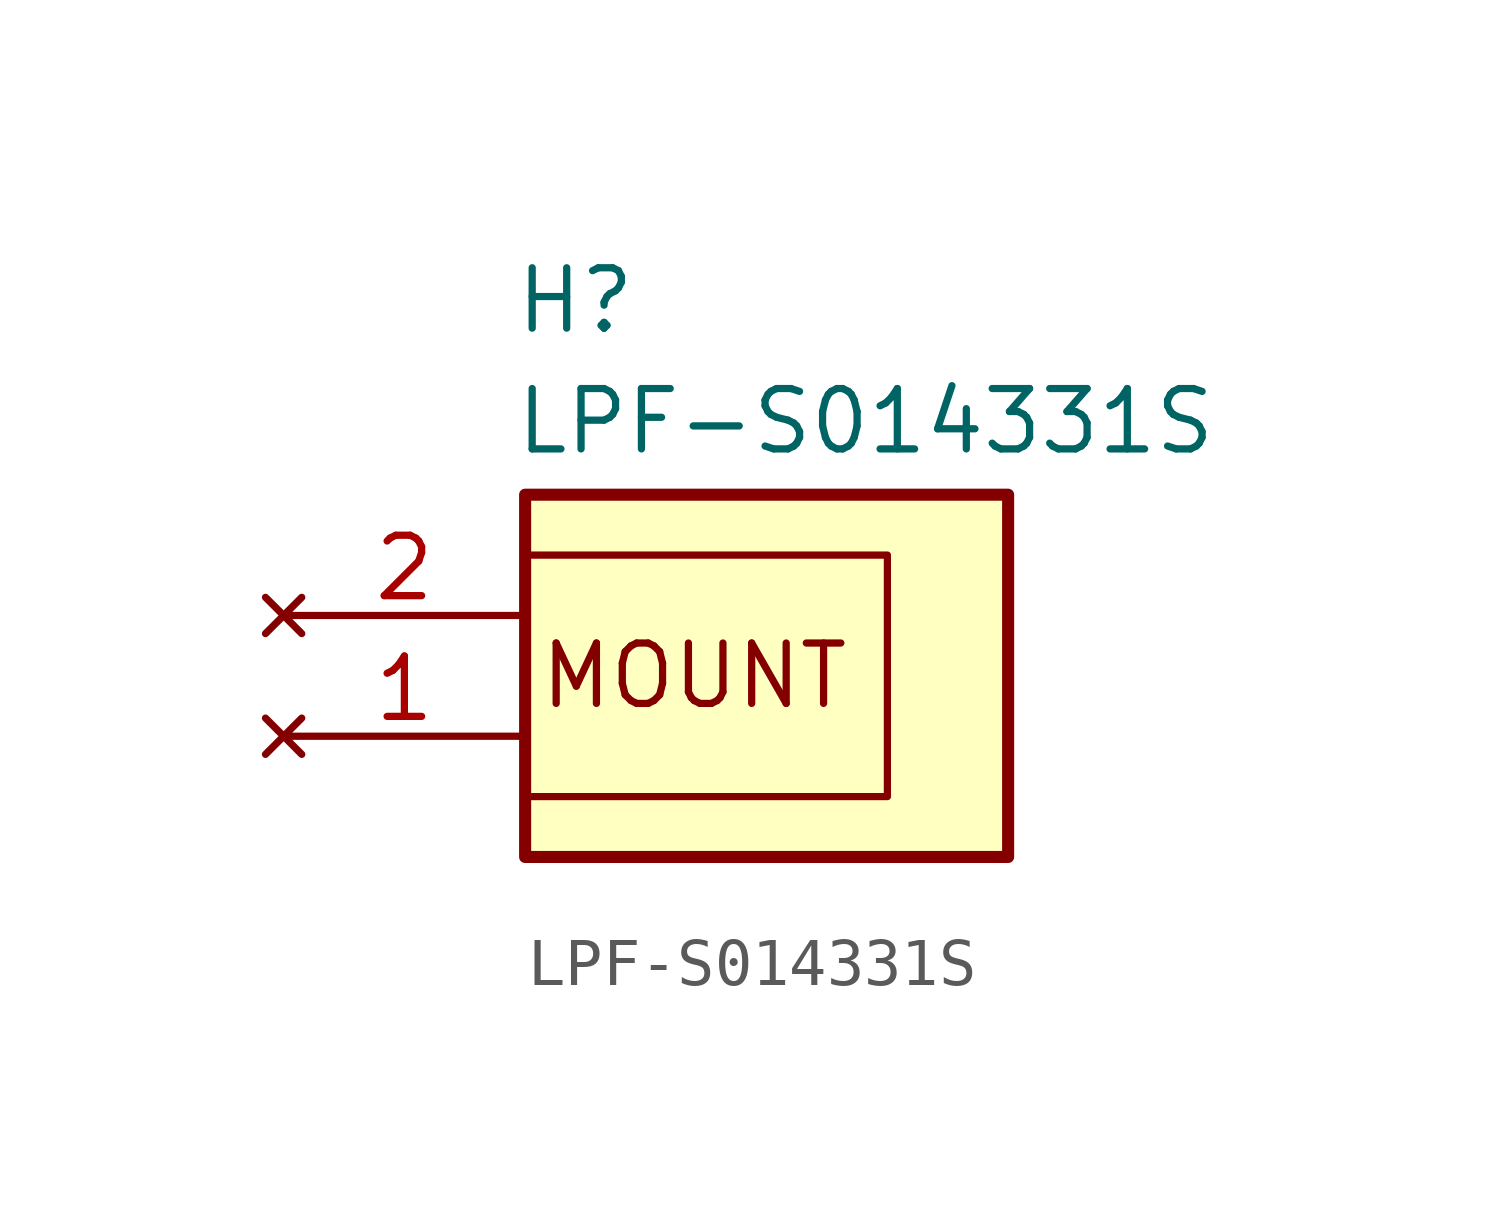
<source format=kicad_sym>
(kicad_symbol_lib
  (version 20231120)
  (generator "kicad_symbol_editor")
  (generator_version "8.0")
  (symbol "LPF-S014331S"
    (property "Reference" "H"
      (at 4.826 7.366 0)
      (effects (font (size 1.27 1.27)) (justify left top)))
    (property "Value" "LPF-S014331S"
      (at 4.826 4.826 0)
      (effects (font (size 1.27 1.27)) (justify left top)))
    (symbol "LPF-S014331S_1_1"
      (polyline (pts (xy 5.08 1.27) (xy 12.7 1.27) (xy 12.7 -3.81) (xy 5.08 -3.81)) (stroke (width 0) (type default)) (fill (type none)))
      (rectangle (start 5.08 2.54) (end 15.24 -5.08) (stroke (width 0.254) (type default)) (fill (type background)))
      (text "MOUNT" (at 8.636 -1.27 0) (effects (font (size 1.27 1.27))))
      (pin no_connect line (at 0 -2.54 0) (length 5.08) (name "" (effects (font (size 1.27 1.27)))) (number "1" (effects (font (size 1.27 1.27)))))
      (pin no_connect line (at 0 0 0) (length 5.08) (name "" (effects (font (size 1.27 1.27)))) (number "2" (effects (font (size 1.27 1.27))))))))
</source>
